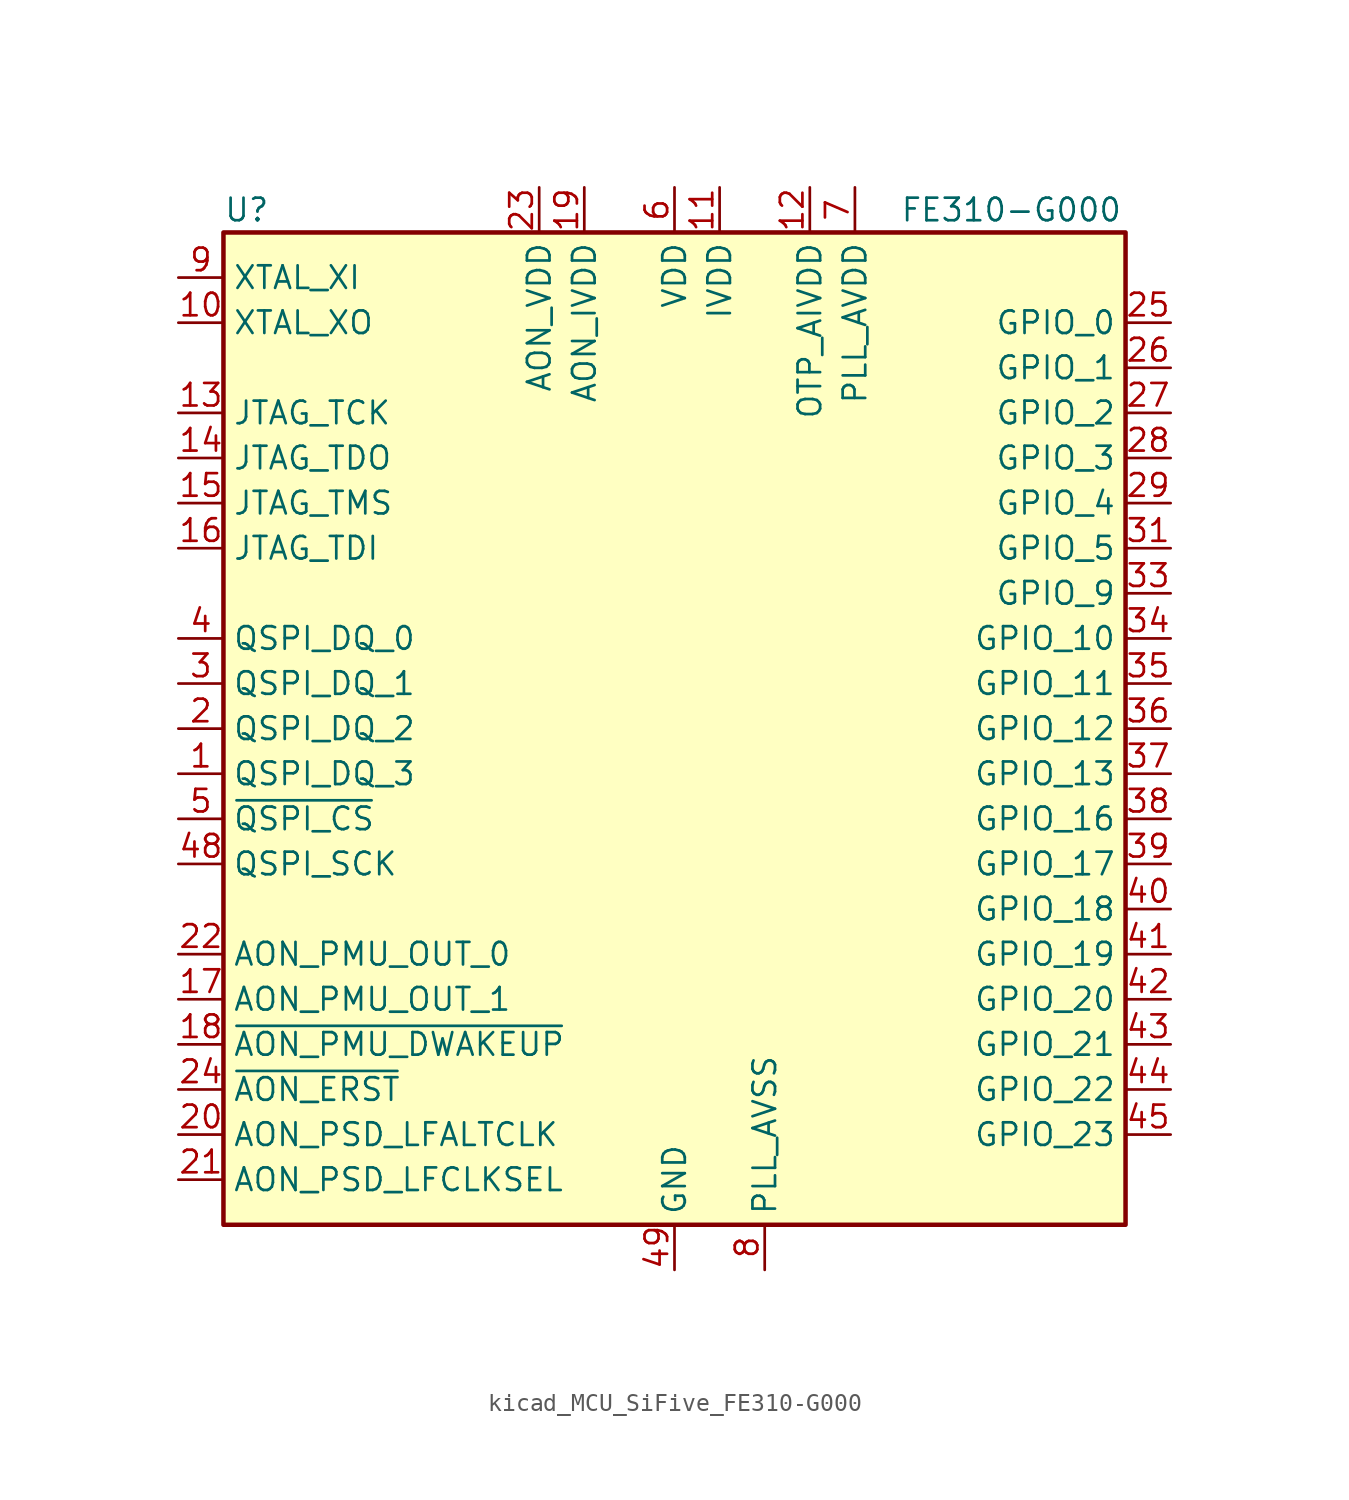
<source format=kicad_sym>
(kicad_symbol_lib
  (version 20220914)
  (generator kicad_symbol_editor)
  (symbol "kicad_MCU_SiFive_FE310-G000"
    (property "Reference" "U"
      (at -25.4 29.21 0)
      (effects (font (size 1.27 1.27)) (justify left)))
    (property "Value" "FE310-G000"
      (at 12.7 29.21 0)
      (effects (font (size 1.27 1.27)) (justify left)))
    (symbol "kicad_MCU_SiFive_FE310-G000_0_1"
      (rectangle (start -25.4 27.94) (end 25.4 -27.94) (stroke (width 0.254) (type default)) (fill (type background))))
    (symbol "kicad_MCU_SiFive_FE310-G000_1_1"
      (pin bidirectional line (at -27.94 -2.54 0) (length 2.54) (name "QSPI_DQ_3" (effects (font (size 1.27 1.27)))) (number "1" (effects (font (size 1.27 1.27)))))
      (pin output line (at -27.94 22.86 0) (length 2.54) (name "XTAL_XO" (effects (font (size 1.27 1.27)))) (number "10" (effects (font (size 1.27 1.27)))))
      (pin power_in line (at 2.54 30.48 270) (length 2.54) (name "IVDD" (effects (font (size 1.27 1.27)))) (number "11" (effects (font (size 1.27 1.27)))))
      (pin power_in line (at 7.62 30.48 270) (length 2.54) (name "OTP_AIVDD" (effects (font (size 1.27 1.27)))) (number "12" (effects (font (size 1.27 1.27)))))
      (pin input line (at -27.94 17.78 0) (length 2.54) (name "JTAG_TCK" (effects (font (size 1.27 1.27)))) (number "13" (effects (font (size 1.27 1.27)))))
      (pin output line (at -27.94 15.24 0) (length 2.54) (name "JTAG_TDO" (effects (font (size 1.27 1.27)))) (number "14" (effects (font (size 1.27 1.27)))))
      (pin input line (at -27.94 12.7 0) (length 2.54) (name "JTAG_TMS" (effects (font (size 1.27 1.27)))) (number "15" (effects (font (size 1.27 1.27)))))
      (pin input line (at -27.94 10.16 0) (length 2.54) (name "JTAG_TDI" (effects (font (size 1.27 1.27)))) (number "16" (effects (font (size 1.27 1.27)))))
      (pin output line (at -27.94 -15.24 0) (length 2.54) (name "AON_PMU_OUT_1" (effects (font (size 1.27 1.27)))) (number "17" (effects (font (size 1.27 1.27)))))
      (pin input line (at -27.94 -17.78 0) (length 2.54) (name "~{AON_PMU_DWAKEUP}" (effects (font (size 1.27 1.27)))) (number "18" (effects (font (size 1.27 1.27)))))
      (pin power_in line (at -5.08 30.48 270) (length 2.54) (name "AON_IVDD" (effects (font (size 1.27 1.27)))) (number "19" (effects (font (size 1.27 1.27)))))
      (pin bidirectional line (at -27.94 0 0) (length 2.54) (name "QSPI_DQ_2" (effects (font (size 1.27 1.27)))) (number "2" (effects (font (size 1.27 1.27)))))
      (pin input line (at -27.94 -22.86 0) (length 2.54) (name "AON_PSD_LFALTCLK" (effects (font (size 1.27 1.27)))) (number "20" (effects (font (size 1.27 1.27)))))
      (pin input line (at -27.94 -25.4 0) (length 2.54) (name "AON_PSD_LFCLKSEL" (effects (font (size 1.27 1.27)))) (number "21" (effects (font (size 1.27 1.27)))))
      (pin output line (at -27.94 -12.7 0) (length 2.54) (name "AON_PMU_OUT_0" (effects (font (size 1.27 1.27)))) (number "22" (effects (font (size 1.27 1.27)))))
      (pin power_in line (at -7.62 30.48 270) (length 2.54) (name "AON_VDD" (effects (font (size 1.27 1.27)))) (number "23" (effects (font (size 1.27 1.27)))))
      (pin input line (at -27.94 -20.32 0) (length 2.54) (name "~{AON_ERST}" (effects (font (size 1.27 1.27)))) (number "24" (effects (font (size 1.27 1.27)))))
      (pin bidirectional line (at 27.94 22.86 180) (length 2.54) (name "GPIO_0" (effects (font (size 1.27 1.27)))) (number "25" (effects (font (size 1.27 1.27)))))
      (pin bidirectional line (at 27.94 20.32 180) (length 2.54) (name "GPIO_1" (effects (font (size 1.27 1.27)))) (number "26" (effects (font (size 1.27 1.27)))))
      (pin bidirectional line (at 27.94 17.78 180) (length 2.54) (name "GPIO_2" (effects (font (size 1.27 1.27)))) (number "27" (effects (font (size 1.27 1.27)))))
      (pin bidirectional line (at 27.94 15.24 180) (length 2.54) (name "GPIO_3" (effects (font (size 1.27 1.27)))) (number "28" (effects (font (size 1.27 1.27)))))
      (pin bidirectional line (at 27.94 12.7 180) (length 2.54) (name "GPIO_4" (effects (font (size 1.27 1.27)))) (number "29" (effects (font (size 1.27 1.27)))))
      (pin bidirectional line (at -27.94 2.54 0) (length 2.54) (name "QSPI_DQ_1" (effects (font (size 1.27 1.27)))) (number "3" (effects (font (size 1.27 1.27)))))
      (pin passive line (at 0 30.48 270) (length 2.54) hide (name "VDD" (effects (font (size 1.27 1.27)))) (number "30" (effects (font (size 1.27 1.27)))))
      (pin bidirectional line (at 27.94 10.16 180) (length 2.54) (name "GPIO_5" (effects (font (size 1.27 1.27)))) (number "31" (effects (font (size 1.27 1.27)))))
      (pin passive line (at 2.54 30.48 270) (length 2.54) hide (name "IVDD" (effects (font (size 1.27 1.27)))) (number "32" (effects (font (size 1.27 1.27)))))
      (pin bidirectional line (at 27.94 7.62 180) (length 2.54) (name "GPIO_9" (effects (font (size 1.27 1.27)))) (number "33" (effects (font (size 1.27 1.27)))))
      (pin bidirectional line (at 27.94 5.08 180) (length 2.54) (name "GPIO_10" (effects (font (size 1.27 1.27)))) (number "34" (effects (font (size 1.27 1.27)))))
      (pin bidirectional line (at 27.94 2.54 180) (length 2.54) (name "GPIO_11" (effects (font (size 1.27 1.27)))) (number "35" (effects (font (size 1.27 1.27)))))
      (pin bidirectional line (at 27.94 0 180) (length 2.54) (name "GPIO_12" (effects (font (size 1.27 1.27)))) (number "36" (effects (font (size 1.27 1.27)))))
      (pin bidirectional line (at 27.94 -2.54 180) (length 2.54) (name "GPIO_13" (effects (font (size 1.27 1.27)))) (number "37" (effects (font (size 1.27 1.27)))))
      (pin bidirectional line (at 27.94 -5.08 180) (length 2.54) (name "GPIO_16" (effects (font (size 1.27 1.27)))) (number "38" (effects (font (size 1.27 1.27)))))
      (pin bidirectional line (at 27.94 -7.62 180) (length 2.54) (name "GPIO_17" (effects (font (size 1.27 1.27)))) (number "39" (effects (font (size 1.27 1.27)))))
      (pin bidirectional line (at -27.94 5.08 0) (length 2.54) (name "QSPI_DQ_0" (effects (font (size 1.27 1.27)))) (number "4" (effects (font (size 1.27 1.27)))))
      (pin bidirectional line (at 27.94 -10.16 180) (length 2.54) (name "GPIO_18" (effects (font (size 1.27 1.27)))) (number "40" (effects (font (size 1.27 1.27)))))
      (pin bidirectional line (at 27.94 -12.7 180) (length 2.54) (name "GPIO_19" (effects (font (size 1.27 1.27)))) (number "41" (effects (font (size 1.27 1.27)))))
      (pin bidirectional line (at 27.94 -15.24 180) (length 2.54) (name "GPIO_20" (effects (font (size 1.27 1.27)))) (number "42" (effects (font (size 1.27 1.27)))))
      (pin bidirectional line (at 27.94 -17.78 180) (length 2.54) (name "GPIO_21" (effects (font (size 1.27 1.27)))) (number "43" (effects (font (size 1.27 1.27)))))
      (pin bidirectional line (at 27.94 -20.32 180) (length 2.54) (name "GPIO_22" (effects (font (size 1.27 1.27)))) (number "44" (effects (font (size 1.27 1.27)))))
      (pin bidirectional line (at 27.94 -22.86 180) (length 2.54) (name "GPIO_23" (effects (font (size 1.27 1.27)))) (number "45" (effects (font (size 1.27 1.27)))))
      (pin passive line (at 0 30.48 270) (length 2.54) hide (name "VDD" (effects (font (size 1.27 1.27)))) (number "46" (effects (font (size 1.27 1.27)))))
      (pin passive line (at 2.54 30.48 270) (length 2.54) hide (name "IVDD" (effects (font (size 1.27 1.27)))) (number "47" (effects (font (size 1.27 1.27)))))
      (pin output line (at -27.94 -7.62 0) (length 2.54) (name "QSPI_SCK" (effects (font (size 1.27 1.27)))) (number "48" (effects (font (size 1.27 1.27)))))
      (pin power_in line (at 0 -30.48 90) (length 2.54) (name "GND" (effects (font (size 1.27 1.27)))) (number "49" (effects (font (size 1.27 1.27)))))
      (pin output line (at -27.94 -5.08 0) (length 2.54) (name "~{QSPI_CS}" (effects (font (size 1.27 1.27)))) (number "5" (effects (font (size 1.27 1.27)))))
      (pin power_in line (at 0 30.48 270) (length 2.54) (name "VDD" (effects (font (size 1.27 1.27)))) (number "6" (effects (font (size 1.27 1.27)))))
      (pin power_in line (at 10.16 30.48 270) (length 2.54) (name "PLL_AVDD" (effects (font (size 1.27 1.27)))) (number "7" (effects (font (size 1.27 1.27)))))
      (pin power_in line (at 5.08 -30.48 90) (length 2.54) (name "PLL_AVSS" (effects (font (size 1.27 1.27)))) (number "8" (effects (font (size 1.27 1.27)))))
      (pin input line (at -27.94 25.4 0) (length 2.54) (name "XTAL_XI" (effects (font (size 1.27 1.27)))) (number "9" (effects (font (size 1.27 1.27))))))))
</source>
